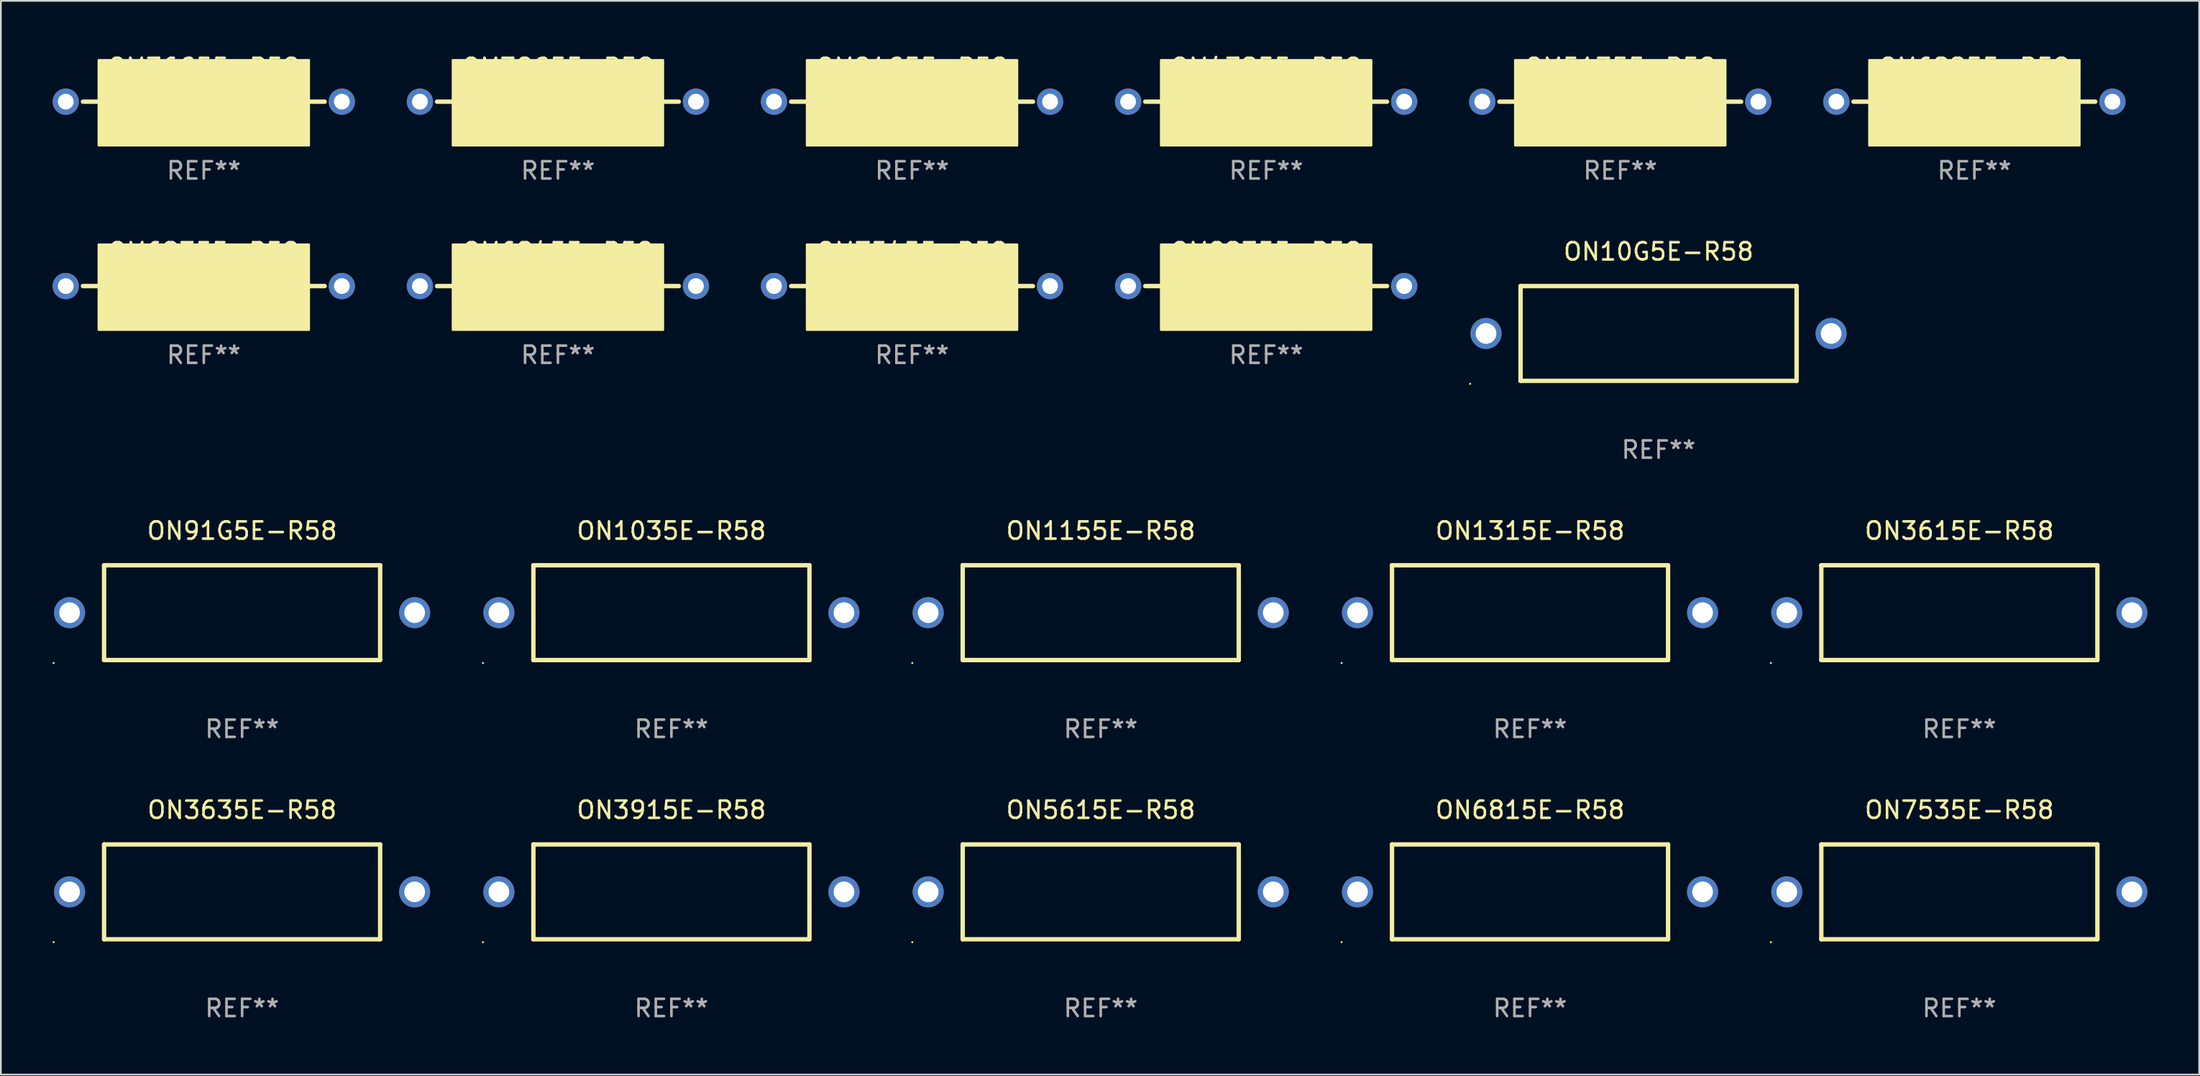
<source format=kicad_pcb>
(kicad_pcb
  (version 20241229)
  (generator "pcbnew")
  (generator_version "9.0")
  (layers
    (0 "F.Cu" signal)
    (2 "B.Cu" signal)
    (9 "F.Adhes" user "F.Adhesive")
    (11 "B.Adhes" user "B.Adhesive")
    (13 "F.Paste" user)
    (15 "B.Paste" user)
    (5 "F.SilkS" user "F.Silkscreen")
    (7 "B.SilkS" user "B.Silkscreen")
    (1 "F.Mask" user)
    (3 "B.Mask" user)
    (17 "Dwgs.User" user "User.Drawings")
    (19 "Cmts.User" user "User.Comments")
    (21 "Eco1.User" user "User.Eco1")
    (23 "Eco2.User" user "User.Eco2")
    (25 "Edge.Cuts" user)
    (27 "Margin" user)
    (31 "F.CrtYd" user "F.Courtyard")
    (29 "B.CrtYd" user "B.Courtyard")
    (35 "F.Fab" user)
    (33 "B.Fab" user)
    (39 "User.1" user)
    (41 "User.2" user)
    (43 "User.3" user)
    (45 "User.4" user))
  (footprint "OM39G5E-R58"
    (layer "F.Cu")
    (at 29.286 2.848)
    (property "Reference" "OM39G5E-R58" (at 0 -2 0) (layer "F.SilkS") (effects (font (size 1 1) (thickness 0.15))))
    (attr through_hole)
    (fp_line (start -7.007 0) (end -6.096 0) (stroke (width 0.254) (type solid)) (layer "F.SilkS"))
    (fp_line (start 7.007 0) (end 6.096 0) (stroke (width 0.254) (type solid)) (layer "F.SilkS"))
    (fp_poly (pts (xy -6.096 -2.413) (xy 6.096 -2.413) (xy 6.096 2.54) (xy -6.096 2.54)) (stroke (width 0.12) (type solid)) (fill yes) (layer "F.SilkS"))
    (fp_text user "REF**" (at 0 4 0) (layer "F.Fab") (effects (font (size 1 1) (thickness 0.15))))
    (pad "1" thru_hole circle (at -8 0) (size 1.524 1.524) (drill 0.914) (layers "*.Cu" "*.Mask"))
    (pad "2" thru_hole circle (at 8 0) (size 1.524 1.524) (drill 0.914) (layers "*.Cu" "*.Mask")))
  (footprint "ON3635E-R58"
    (layer "F.Cu")
    (at 10.982 48.688)
    (property "Reference" "ON3635E-R58" (at 0 -4.75 0) (layer "F.SilkS") (effects (font (size 1 1) (thickness 0.15))))
    (attr through_hole)
    (fp_line (start -8 -2.75) (end -8 2.75) (stroke (width 0.254) (type solid)) (layer "F.SilkS"))
    (fp_line (start -8 -2.75) (end 8 -2.75) (stroke (width 0.254) (type solid)) (layer "F.SilkS"))
    (fp_line (start 8 -2.75) (end 8 2.75) (stroke (width 0.254) (type solid)) (layer "F.SilkS"))
    (fp_line (start 8 2.75) (end -8 2.75) (stroke (width 0.254) (type solid)) (layer "F.SilkS"))
    (fp_circle (center -10.922 2.921) (end -10.892 2.921) (stroke (width 0.06) (type solid)) (fill no) (layer "F.SilkS"))
    (fp_text user "REF**" (at 0 6.75 0) (layer "F.Fab") (effects (font (size 1 1) (thickness 0.15))))
    (pad "1" thru_hole circle (at -10 0) (size 1.8 1.8) (drill 1.2) (layers "*.Cu" "*.Mask"))
    (pad "2" thru_hole circle (at 10 0) (size 1.8 1.8) (drill 1.2) (layers "*.Cu" "*.Mask")))
  (footprint "ON3615E-R58"
    (layer "F.Cu")
    (at 110.51 32.491)
    (property "Reference" "ON3615E-R58" (at 0 -4.75 0) (layer "F.SilkS") (effects (font (size 1 1) (thickness 0.15))))
    (attr through_hole)
    (fp_line (start -8 -2.75) (end -8 2.75) (stroke (width 0.254) (type solid)) (layer "F.SilkS"))
    (fp_line (start -8 -2.75) (end 8 -2.75) (stroke (width 0.254) (type solid)) (layer "F.SilkS"))
    (fp_line (start 8 -2.75) (end 8 2.75) (stroke (width 0.254) (type solid)) (layer "F.SilkS"))
    (fp_line (start 8 2.75) (end -8 2.75) (stroke (width 0.254) (type solid)) (layer "F.SilkS"))
    (fp_circle (center -10.922 2.921) (end -10.892 2.921) (stroke (width 0.06) (type solid)) (fill no) (layer "F.SilkS"))
    (fp_text user "REF**" (at 0 6.75 0) (layer "F.Fab") (effects (font (size 1 1) (thickness 0.15))))
    (pad "1" thru_hole circle (at -10 0) (size 1.8 1.8) (drill 1.2) (layers "*.Cu" "*.Mask"))
    (pad "2" thru_hole circle (at 10 0) (size 1.8 1.8) (drill 1.2) (layers "*.Cu" "*.Mask")))
  (footprint "OM8235E-R58"
    (layer "F.Cu")
    (at 70.334 13.545)
    (property "Reference" "OM8235E-R58" (at 0 -2 0) (layer "F.SilkS") (effects (font (size 1 1) (thickness 0.15))))
    (attr through_hole)
    (fp_line (start -7.007 0) (end -6.096 0) (stroke (width 0.254) (type solid)) (layer "F.SilkS"))
    (fp_line (start 7.007 0) (end 6.096 0) (stroke (width 0.254) (type solid)) (layer "F.SilkS"))
    (fp_poly (pts (xy -6.096 -2.413) (xy 6.096 -2.413) (xy 6.096 2.54) (xy -6.096 2.54)) (stroke (width 0.12) (type solid)) (fill yes) (layer "F.SilkS"))
    (fp_text user "REF**" (at 0 4 0) (layer "F.Fab") (effects (font (size 1 1) (thickness 0.15))))
    (pad "1" thru_hole circle (at -8 0) (size 1.524 1.524) (drill 0.914) (layers "*.Cu" "*.Mask"))
    (pad "2" thru_hole circle (at 8 0) (size 1.524 1.524) (drill 0.914) (layers "*.Cu" "*.Mask")))
  (footprint "OM5135E-R58"
    (layer "F.Cu")
    (at 90.858 2.848)
    (property "Reference" "OM5135E-R58" (at 0 -2 0) (layer "F.SilkS") (effects (font (size 1 1) (thickness 0.15))))
    (attr through_hole)
    (fp_line (start -7.007 0) (end -6.096 0) (stroke (width 0.254) (type solid)) (layer "F.SilkS"))
    (fp_line (start 7.007 0) (end 6.096 0) (stroke (width 0.254) (type solid)) (layer "F.SilkS"))
    (fp_poly (pts (xy -6.096 -2.413) (xy 6.096 -2.413) (xy 6.096 2.54) (xy -6.096 2.54)) (stroke (width 0.12) (type solid)) (fill yes) (layer "F.SilkS"))
    (fp_text user "REF**" (at 0 4 0) (layer "F.Fab") (effects (font (size 1 1) (thickness 0.15))))
    (pad "1" thru_hole circle (at -8 0) (size 1.524 1.524) (drill 0.914) (layers "*.Cu" "*.Mask"))
    (pad "2" thru_hole circle (at 8 0) (size 1.524 1.524) (drill 0.914) (layers "*.Cu" "*.Mask")))
  (footprint "OM36G5E-R58"
    (layer "F.Cu")
    (at 8.762 2.848)
    (property "Reference" "OM36G5E-R58" (at 0 -2 0) (layer "F.SilkS") (effects (font (size 1 1) (thickness 0.15))))
    (attr through_hole)
    (fp_line (start -7.007 0) (end -6.096 0) (stroke (width 0.254) (type solid)) (layer "F.SilkS"))
    (fp_line (start 7.007 0) (end 6.096 0) (stroke (width 0.254) (type solid)) (layer "F.SilkS"))
    (fp_poly (pts (xy -6.096 -2.413) (xy 6.096 -2.413) (xy 6.096 2.54) (xy -6.096 2.54)) (stroke (width 0.12) (type solid)) (fill yes) (layer "F.SilkS"))
    (fp_text user "REF**" (at 0 4 0) (layer "F.Fab") (effects (font (size 1 1) (thickness 0.15))))
    (pad "1" thru_hole circle (at -8 0) (size 1.524 1.524) (drill 0.914) (layers "*.Cu" "*.Mask"))
    (pad "2" thru_hole circle (at 8 0) (size 1.524 1.524) (drill 0.914) (layers "*.Cu" "*.Mask")))
  (footprint "OM6225E-R58"
    (layer "F.Cu")
    (at 111.382 2.848)
    (property "Reference" "OM6225E-R58" (at 0 -2 0) (layer "F.SilkS") (effects (font (size 1 1) (thickness 0.15))))
    (attr through_hole)
    (fp_line (start -7.007 0) (end -6.096 0) (stroke (width 0.254) (type solid)) (layer "F.SilkS"))
    (fp_line (start 7.007 0) (end 6.096 0) (stroke (width 0.254) (type solid)) (layer "F.SilkS"))
    (fp_poly (pts (xy -6.096 -2.413) (xy 6.096 -2.413) (xy 6.096 2.54) (xy -6.096 2.54)) (stroke (width 0.12) (type solid)) (fill yes) (layer "F.SilkS"))
    (fp_text user "REF**" (at 0 4 0) (layer "F.Fab") (effects (font (size 1 1) (thickness 0.15))))
    (pad "1" thru_hole circle (at -8 0) (size 1.524 1.524) (drill 0.914) (layers "*.Cu" "*.Mask"))
    (pad "2" thru_hole circle (at 8 0) (size 1.524 1.524) (drill 0.914) (layers "*.Cu" "*.Mask")))
  (footprint "ON5615E-R58"
    (layer "F.Cu")
    (at 60.746 48.688)
    (property "Reference" "ON5615E-R58" (at 0 -4.75 0) (layer "F.SilkS") (effects (font (size 1 1) (thickness 0.15))))
    (attr through_hole)
    (fp_line (start -8 -2.75) (end -8 2.75) (stroke (width 0.254) (type solid)) (layer "F.SilkS"))
    (fp_line (start -8 -2.75) (end 8 -2.75) (stroke (width 0.254) (type solid)) (layer "F.SilkS"))
    (fp_line (start 8 -2.75) (end 8 2.75) (stroke (width 0.254) (type solid)) (layer "F.SilkS"))
    (fp_line (start 8 2.75) (end -8 2.75) (stroke (width 0.254) (type solid)) (layer "F.SilkS"))
    (fp_circle (center -10.922 2.921) (end -10.892 2.921) (stroke (width 0.06) (type solid)) (fill no) (layer "F.SilkS"))
    (fp_text user "REF**" (at 0 6.75 0) (layer "F.Fab") (effects (font (size 1 1) (thickness 0.15))))
    (pad "1" thru_hole circle (at -10 0) (size 1.8 1.8) (drill 1.2) (layers "*.Cu" "*.Mask"))
    (pad "2" thru_hole circle (at 10 0) (size 1.8 1.8) (drill 1.2) (layers "*.Cu" "*.Mask")))
  (footprint "ON1035E-R58"
    (layer "F.Cu")
    (at 35.864 32.491)
    (property "Reference" "ON1035E-R58" (at 0 -4.75 0) (layer "F.SilkS") (effects (font (size 1 1) (thickness 0.15))))
    (attr through_hole)
    (fp_line (start -8 -2.75) (end -8 2.75) (stroke (width 0.254) (type solid)) (layer "F.SilkS"))
    (fp_line (start -8 -2.75) (end 8 -2.75) (stroke (width 0.254) (type solid)) (layer "F.SilkS"))
    (fp_line (start 8 -2.75) (end 8 2.75) (stroke (width 0.254) (type solid)) (layer "F.SilkS"))
    (fp_line (start 8 2.75) (end -8 2.75) (stroke (width 0.254) (type solid)) (layer "F.SilkS"))
    (fp_circle (center -10.922 2.921) (end -10.892 2.921) (stroke (width 0.06) (type solid)) (fill no) (layer "F.SilkS"))
    (fp_text user "REF**" (at 0 6.75 0) (layer "F.Fab") (effects (font (size 1 1) (thickness 0.15))))
    (pad "1" thru_hole circle (at -10 0) (size 1.8 1.8) (drill 1.2) (layers "*.Cu" "*.Mask"))
    (pad "2" thru_hole circle (at 10 0) (size 1.8 1.8) (drill 1.2) (layers "*.Cu" "*.Mask")))
  (footprint "ON7535E-R58"
    (layer "F.Cu")
    (at 110.51 48.688)
    (property "Reference" "ON7535E-R58" (at 0 -4.75 0) (layer "F.SilkS") (effects (font (size 1 1) (thickness 0.15))))
    (attr through_hole)
    (fp_line (start -8 -2.75) (end -8 2.75) (stroke (width 0.254) (type solid)) (layer "F.SilkS"))
    (fp_line (start -8 -2.75) (end 8 -2.75) (stroke (width 0.254) (type solid)) (layer "F.SilkS"))
    (fp_line (start 8 -2.75) (end 8 2.75) (stroke (width 0.254) (type solid)) (layer "F.SilkS"))
    (fp_line (start 8 2.75) (end -8 2.75) (stroke (width 0.254) (type solid)) (layer "F.SilkS"))
    (fp_circle (center -10.922 2.921) (end -10.892 2.921) (stroke (width 0.06) (type solid)) (fill no) (layer "F.SilkS"))
    (fp_text user "REF**" (at 0 6.75 0) (layer "F.Fab") (effects (font (size 1 1) (thickness 0.15))))
    (pad "1" thru_hole circle (at -10 0) (size 1.8 1.8) (drill 1.2) (layers "*.Cu" "*.Mask"))
    (pad "2" thru_hole circle (at 10 0) (size 1.8 1.8) (drill 1.2) (layers "*.Cu" "*.Mask")))
  (footprint "ON10G5E-R58"
    (layer "F.Cu")
    (at 93.078 16.295)
    (property "Reference" "ON10G5E-R58" (at 0 -4.75 0) (layer "F.SilkS") (effects (font (size 1 1) (thickness 0.15))))
    (attr through_hole)
    (fp_line (start -8 -2.75) (end -8 2.75) (stroke (width 0.254) (type solid)) (layer "F.SilkS"))
    (fp_line (start -8 -2.75) (end 8 -2.75) (stroke (width 0.254) (type solid)) (layer "F.SilkS"))
    (fp_line (start 8 -2.75) (end 8 2.75) (stroke (width 0.254) (type solid)) (layer "F.SilkS"))
    (fp_line (start 8 2.75) (end -8 2.75) (stroke (width 0.254) (type solid)) (layer "F.SilkS"))
    (fp_circle (center -10.922 2.921) (end -10.892 2.921) (stroke (width 0.06) (type solid)) (fill no) (layer "F.SilkS"))
    (fp_text user "REF**" (at 0 6.75 0) (layer "F.Fab") (effects (font (size 1 1) (thickness 0.15))))
    (pad "1" thru_hole circle (at -10 0) (size 1.8 1.8) (drill 1.2) (layers "*.Cu" "*.Mask"))
    (pad "2" thru_hole circle (at 10 0) (size 1.8 1.8) (drill 1.2) (layers "*.Cu" "*.Mask")))
  (footprint "OM6235E-R58"
    (layer "F.Cu")
    (at 8.762 13.545)
    (property "Reference" "OM6235E-R58" (at 0 -2 0) (layer "F.SilkS") (effects (font (size 1 1) (thickness 0.15))))
    (attr through_hole)
    (fp_line (start -7.007 0) (end -6.096 0) (stroke (width 0.254) (type solid)) (layer "F.SilkS"))
    (fp_line (start 7.007 0) (end 6.096 0) (stroke (width 0.254) (type solid)) (layer "F.SilkS"))
    (fp_poly (pts (xy -6.096 -2.413) (xy 6.096 -2.413) (xy 6.096 2.54) (xy -6.096 2.54)) (stroke (width 0.12) (type solid)) (fill yes) (layer "F.SilkS"))
    (fp_text user "REF**" (at 0 4 0) (layer "F.Fab") (effects (font (size 1 1) (thickness 0.15))))
    (pad "1" thru_hole circle (at -8 0) (size 1.524 1.524) (drill 0.914) (layers "*.Cu" "*.Mask"))
    (pad "2" thru_hole circle (at 8 0) (size 1.524 1.524) (drill 0.914) (layers "*.Cu" "*.Mask")))
  (footprint "ON1315E-R58"
    (layer "F.Cu")
    (at 85.628 32.491)
    (property "Reference" "ON1315E-R58" (at 0 -4.75 0) (layer "F.SilkS") (effects (font (size 1 1) (thickness 0.15))))
    (attr through_hole)
    (fp_line (start -8 -2.75) (end -8 2.75) (stroke (width 0.254) (type solid)) (layer "F.SilkS"))
    (fp_line (start -8 -2.75) (end 8 -2.75) (stroke (width 0.254) (type solid)) (layer "F.SilkS"))
    (fp_line (start 8 -2.75) (end 8 2.75) (stroke (width 0.254) (type solid)) (layer "F.SilkS"))
    (fp_line (start 8 2.75) (end -8 2.75) (stroke (width 0.254) (type solid)) (layer "F.SilkS"))
    (fp_circle (center -10.922 2.921) (end -10.892 2.921) (stroke (width 0.06) (type solid)) (fill no) (layer "F.SilkS"))
    (fp_text user "REF**" (at 0 6.75 0) (layer "F.Fab") (effects (font (size 1 1) (thickness 0.15))))
    (pad "1" thru_hole circle (at -10 0) (size 1.8 1.8) (drill 1.2) (layers "*.Cu" "*.Mask"))
    (pad "2" thru_hole circle (at 10 0) (size 1.8 1.8) (drill 1.2) (layers "*.Cu" "*.Mask")))
  (footprint "ON6815E-R58"
    (layer "F.Cu")
    (at 85.628 48.688)
    (property "Reference" "ON6815E-R58" (at 0 -4.75 0) (layer "F.SilkS") (effects (font (size 1 1) (thickness 0.15))))
    (attr through_hole)
    (fp_line (start -8 -2.75) (end -8 2.75) (stroke (width 0.254) (type solid)) (layer "F.SilkS"))
    (fp_line (start -8 -2.75) (end 8 -2.75) (stroke (width 0.254) (type solid)) (layer "F.SilkS"))
    (fp_line (start 8 -2.75) (end 8 2.75) (stroke (width 0.254) (type solid)) (layer "F.SilkS"))
    (fp_line (start 8 2.75) (end -8 2.75) (stroke (width 0.254) (type solid)) (layer "F.SilkS"))
    (fp_circle (center -10.922 2.921) (end -10.892 2.921) (stroke (width 0.06) (type solid)) (fill no) (layer "F.SilkS"))
    (fp_text user "REF**" (at 0 6.75 0) (layer "F.Fab") (effects (font (size 1 1) (thickness 0.15))))
    (pad "1" thru_hole circle (at -10 0) (size 1.8 1.8) (drill 1.2) (layers "*.Cu" "*.Mask"))
    (pad "2" thru_hole circle (at 10 0) (size 1.8 1.8) (drill 1.2) (layers "*.Cu" "*.Mask")))
  (footprint "ON1155E-R58"
    (layer "F.Cu")
    (at 60.746 32.491)
    (property "Reference" "ON1155E-R58" (at 0 -4.75 0) (layer "F.SilkS") (effects (font (size 1 1) (thickness 0.15))))
    (attr through_hole)
    (fp_line (start -8 -2.75) (end -8 2.75) (stroke (width 0.254) (type solid)) (layer "F.SilkS"))
    (fp_line (start -8 -2.75) (end 8 -2.75) (stroke (width 0.254) (type solid)) (layer "F.SilkS"))
    (fp_line (start 8 -2.75) (end 8 2.75) (stroke (width 0.254) (type solid)) (layer "F.SilkS"))
    (fp_line (start 8 2.75) (end -8 2.75) (stroke (width 0.254) (type solid)) (layer "F.SilkS"))
    (fp_circle (center -10.922 2.921) (end -10.892 2.921) (stroke (width 0.06) (type solid)) (fill no) (layer "F.SilkS"))
    (fp_text user "REF**" (at 0 6.75 0) (layer "F.Fab") (effects (font (size 1 1) (thickness 0.15))))
    (pad "1" thru_hole circle (at -10 0) (size 1.8 1.8) (drill 1.2) (layers "*.Cu" "*.Mask"))
    (pad "2" thru_hole circle (at 10 0) (size 1.8 1.8) (drill 1.2) (layers "*.Cu" "*.Mask")))
  (footprint "OM6245E-R58"
    (layer "F.Cu")
    (at 29.286 13.545)
    (property "Reference" "OM6245E-R58" (at 0 -2 0) (layer "F.SilkS") (effects (font (size 1 1) (thickness 0.15))))
    (attr through_hole)
    (fp_line (start -7.007 0) (end -6.096 0) (stroke (width 0.254) (type solid)) (layer "F.SilkS"))
    (fp_line (start 7.007 0) (end 6.096 0) (stroke (width 0.254) (type solid)) (layer "F.SilkS"))
    (fp_poly (pts (xy -6.096 -2.413) (xy 6.096 -2.413) (xy 6.096 2.54) (xy -6.096 2.54)) (stroke (width 0.12) (type solid)) (fill yes) (layer "F.SilkS"))
    (fp_text user "REF**" (at 0 4 0) (layer "F.Fab") (effects (font (size 1 1) (thickness 0.15))))
    (pad "1" thru_hole circle (at -8 0) (size 1.524 1.524) (drill 0.914) (layers "*.Cu" "*.Mask"))
    (pad "2" thru_hole circle (at 8 0) (size 1.524 1.524) (drill 0.914) (layers "*.Cu" "*.Mask")))
  (footprint "OM91G5E-R58"
    (layer "F.Cu")
    (at 49.81 2.848)
    (property "Reference" "OM91G5E-R58" (at 0 -2 0) (layer "F.SilkS") (effects (font (size 1 1) (thickness 0.15))))
    (attr through_hole)
    (fp_line (start -7.007 0) (end -6.096 0) (stroke (width 0.254) (type solid)) (layer "F.SilkS"))
    (fp_line (start 7.007 0) (end 6.096 0) (stroke (width 0.254) (type solid)) (layer "F.SilkS"))
    (fp_poly (pts (xy -6.096 -2.413) (xy 6.096 -2.413) (xy 6.096 2.54) (xy -6.096 2.54)) (stroke (width 0.12) (type solid)) (fill yes) (layer "F.SilkS"))
    (fp_text user "REF**" (at 0 4 0) (layer "F.Fab") (effects (font (size 1 1) (thickness 0.15))))
    (pad "1" thru_hole circle (at -8 0) (size 1.524 1.524) (drill 0.914) (layers "*.Cu" "*.Mask"))
    (pad "2" thru_hole circle (at 8 0) (size 1.524 1.524) (drill 0.914) (layers "*.Cu" "*.Mask")))
  (footprint "ON91G5E-R58"
    (layer "F.Cu")
    (at 10.982 32.491)
    (property "Reference" "ON91G5E-R58" (at 0 -4.75 0) (layer "F.SilkS") (effects (font (size 1 1) (thickness 0.15))))
    (attr through_hole)
    (fp_line (start -8 -2.75) (end -8 2.75) (stroke (width 0.254) (type solid)) (layer "F.SilkS"))
    (fp_line (start -8 -2.75) (end 8 -2.75) (stroke (width 0.254) (type solid)) (layer "F.SilkS"))
    (fp_line (start 8 -2.75) (end 8 2.75) (stroke (width 0.254) (type solid)) (layer "F.SilkS"))
    (fp_line (start 8 2.75) (end -8 2.75) (stroke (width 0.254) (type solid)) (layer "F.SilkS"))
    (fp_circle (center -10.922 2.921) (end -10.892 2.921) (stroke (width 0.06) (type solid)) (fill no) (layer "F.SilkS"))
    (fp_text user "REF**" (at 0 6.75 0) (layer "F.Fab") (effects (font (size 1 1) (thickness 0.15))))
    (pad "1" thru_hole circle (at -10 0) (size 1.8 1.8) (drill 1.2) (layers "*.Cu" "*.Mask"))
    (pad "2" thru_hole circle (at 10 0) (size 1.8 1.8) (drill 1.2) (layers "*.Cu" "*.Mask")))
  (footprint "OM4325E-R58"
    (layer "F.Cu")
    (at 70.334 2.848)
    (property "Reference" "OM4325E-R58" (at 0 -2 0) (layer "F.SilkS") (effects (font (size 1 1) (thickness 0.15))))
    (attr through_hole)
    (fp_line (start -7.007 0) (end -6.096 0) (stroke (width 0.254) (type solid)) (layer "F.SilkS"))
    (fp_line (start 7.007 0) (end 6.096 0) (stroke (width 0.254) (type solid)) (layer "F.SilkS"))
    (fp_poly (pts (xy -6.096 -2.413) (xy 6.096 -2.413) (xy 6.096 2.54) (xy -6.096 2.54)) (stroke (width 0.12) (type solid)) (fill yes) (layer "F.SilkS"))
    (fp_text user "REF**" (at 0 4 0) (layer "F.Fab") (effects (font (size 1 1) (thickness 0.15))))
    (pad "1" thru_hole circle (at -8 0) (size 1.524 1.524) (drill 0.914) (layers "*.Cu" "*.Mask"))
    (pad "2" thru_hole circle (at 8 0) (size 1.524 1.524) (drill 0.914) (layers "*.Cu" "*.Mask")))
  (footprint "ON3915E-R58"
    (layer "F.Cu")
    (at 35.864 48.688)
    (property "Reference" "ON3915E-R58" (at 0 -4.75 0) (layer "F.SilkS") (effects (font (size 1 1) (thickness 0.15))))
    (attr through_hole)
    (fp_line (start -8 -2.75) (end -8 2.75) (stroke (width 0.254) (type solid)) (layer "F.SilkS"))
    (fp_line (start -8 -2.75) (end 8 -2.75) (stroke (width 0.254) (type solid)) (layer "F.SilkS"))
    (fp_line (start 8 -2.75) (end 8 2.75) (stroke (width 0.254) (type solid)) (layer "F.SilkS"))
    (fp_line (start 8 2.75) (end -8 2.75) (stroke (width 0.254) (type solid)) (layer "F.SilkS"))
    (fp_circle (center -10.922 2.921) (end -10.892 2.921) (stroke (width 0.06) (type solid)) (fill no) (layer "F.SilkS"))
    (fp_text user "REF**" (at 0 6.75 0) (layer "F.Fab") (effects (font (size 1 1) (thickness 0.15))))
    (pad "1" thru_hole circle (at -10 0) (size 1.8 1.8) (drill 1.2) (layers "*.Cu" "*.Mask"))
    (pad "2" thru_hole circle (at 10 0) (size 1.8 1.8) (drill 1.2) (layers "*.Cu" "*.Mask")))
  (footprint "OM7545E-R58"
    (layer "F.Cu")
    (at 49.81 13.545)
    (property "Reference" "OM7545E-R58" (at 0 -2 0) (layer "F.SilkS") (effects (font (size 1 1) (thickness 0.15))))
    (attr through_hole)
    (fp_line (start -7.007 0) (end -6.096 0) (stroke (width 0.254) (type solid)) (layer "F.SilkS"))
    (fp_line (start 7.007 0) (end 6.096 0) (stroke (width 0.254) (type solid)) (layer "F.SilkS"))
    (fp_poly (pts (xy -6.096 -2.413) (xy 6.096 -2.413) (xy 6.096 2.54) (xy -6.096 2.54)) (stroke (width 0.12) (type solid)) (fill yes) (layer "F.SilkS"))
    (fp_text user "REF**" (at 0 4 0) (layer "F.Fab") (effects (font (size 1 1) (thickness 0.15))))
    (pad "1" thru_hole circle (at -8 0) (size 1.524 1.524) (drill 0.914) (layers "*.Cu" "*.Mask"))
    (pad "2" thru_hole circle (at 8 0) (size 1.524 1.524) (drill 0.914) (layers "*.Cu" "*.Mask")))
  (gr_rect
    (start -3 -3)
    (end 124.41 59.286)
    (stroke (width 0.1) (type default))
    (fill no)
    (layer "Edge.Cuts")))
</source>
